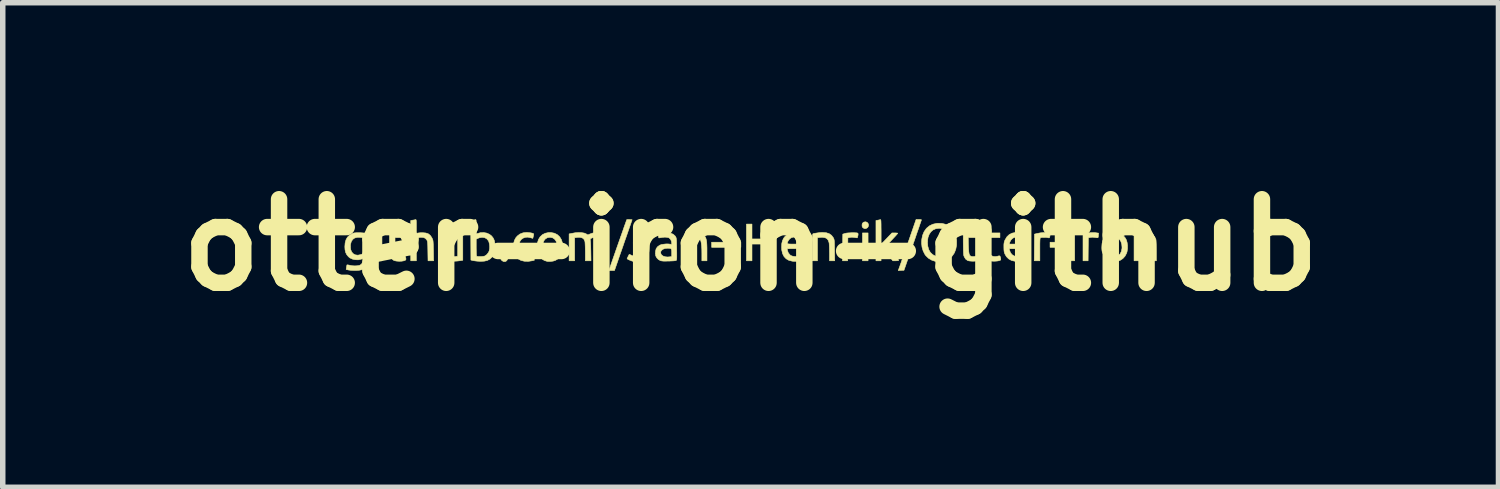
<source format=kicad_pcb>
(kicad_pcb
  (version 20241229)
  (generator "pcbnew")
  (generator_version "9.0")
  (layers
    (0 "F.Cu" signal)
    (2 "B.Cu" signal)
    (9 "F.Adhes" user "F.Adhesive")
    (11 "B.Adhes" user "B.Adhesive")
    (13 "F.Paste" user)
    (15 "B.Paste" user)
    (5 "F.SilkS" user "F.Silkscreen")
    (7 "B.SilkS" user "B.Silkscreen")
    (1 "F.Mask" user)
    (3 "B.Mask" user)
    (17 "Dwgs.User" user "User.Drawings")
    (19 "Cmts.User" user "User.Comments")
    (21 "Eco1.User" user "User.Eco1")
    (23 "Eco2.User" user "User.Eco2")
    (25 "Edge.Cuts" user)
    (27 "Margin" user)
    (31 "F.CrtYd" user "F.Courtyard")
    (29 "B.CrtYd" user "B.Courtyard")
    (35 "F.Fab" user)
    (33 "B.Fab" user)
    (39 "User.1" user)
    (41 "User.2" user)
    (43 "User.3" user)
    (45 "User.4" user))
  (footprint "otter-iron-github"
    (layer "F.Cu")
    (at 10.639 1.418)
    (property "Reference" "otter-iron-github" (at 0 0 0) (layer "F.SilkS") (effects (font (size 1.524 1.524) (thickness 0.3))))
    (attr through_hole)
    (fp_poly (pts (xy -6.723 0.288) (xy -6.824 0.288) (xy -6.824 -0.22) (xy -6.723 -0.22) (xy -6.723 0.288)) (stroke (width 0.01) (type solid)) (fill yes) (layer "F.SilkS"))
    (fp_poly (pts (xy -0.466 0.042) (xy -0.711 0.042) (xy -0.711 -0.051) (xy -0.466 -0.051) (xy -0.466 0.042)) (stroke (width 0.01) (type solid)) (fill yes) (layer "F.SilkS"))
    (fp_poly (pts (xy -0.178 0.042) (xy -0.423 0.042) (xy -0.423 -0.051) (xy -0.178 -0.051) (xy -0.178 0.042)) (stroke (width 0.01) (type solid)) (fill yes) (layer "F.SilkS"))
    (fp_poly (pts (xy 2.142 0.288) (xy 2.04 0.288) (xy 2.04 -0.22) (xy 2.142 -0.22) (xy 2.142 0.288)) (stroke (width 0.01) (type solid)) (fill yes) (layer "F.SilkS"))
    (fp_poly (pts (xy 5.707 0.042) (xy 5.461 0.042) (xy 5.461 -0.051) (xy 5.707 -0.051) (xy 5.707 0.042)) (stroke (width 0.01) (type solid)) (fill yes) (layer "F.SilkS"))
    (fp_poly (pts (xy 5.91 0.288) (xy 5.808 0.288) (xy 5.808 -0.381) (xy 5.91 -0.381) (xy 5.91 0.288)) (stroke (width 0.01) (type solid)) (fill yes) (layer "F.SilkS"))
    (fp_poly (pts (xy 0.025 -0.11) (xy 0.339 -0.11) (xy 0.339 -0.381) (xy 0.44 -0.381) (xy 0.44 0.288) (xy 0.339 0.288) (xy 0.339 -0.017) (xy 0.025 -0.017) (xy 0.025 0.288) (xy -0.076 0.288) (xy -0.076 -0.381) (xy 0.025 -0.381) (xy 0.025 -0.11)) (stroke (width 0.01) (type solid)) (fill yes) (layer "F.SilkS"))
    (fp_poly (pts (xy -6.747 -0.416) (xy -6.726 -0.399) (xy -6.714 -0.374) (xy -6.715 -0.347) (xy -6.728 -0.322) (xy -6.736 -0.314) (xy -6.761 -0.299) (xy -6.785 -0.299) (xy -6.807 -0.307) (xy -6.822 -0.318) (xy -6.829 -0.336) (xy -6.831 -0.355) (xy -6.828 -0.39) (xy -6.814 -0.412) (xy -6.788 -0.423) (xy -6.776 -0.423) (xy -6.747 -0.416)) (stroke (width 0.01) (type solid)) (fill yes) (layer "F.SilkS"))
    (fp_poly (pts (xy -4.459 0.174) (xy -4.438 0.19) (xy -4.429 0.219) (xy -4.428 0.235) (xy -4.435 0.268) (xy -4.453 0.291) (xy -4.478 0.303) (xy -4.507 0.301) (xy -4.535 0.285) (xy -4.553 0.263) (xy -4.558 0.235) (xy -4.558 0.234) (xy -4.552 0.201) (xy -4.534 0.18) (xy -4.503 0.17) (xy -4.492 0.169) (xy -4.459 0.174)) (stroke (width 0.01) (type solid)) (fill yes) (layer "F.SilkS"))
    (fp_poly (pts (xy 2.12 -0.416) (xy 2.14 -0.398) (xy 2.15 -0.373) (xy 2.149 -0.346) (xy 2.136 -0.321) (xy 2.128 -0.314) (xy 2.102 -0.299) (xy 2.078 -0.299) (xy 2.062 -0.306) (xy 2.043 -0.32) (xy 2.034 -0.338) (xy 2.032 -0.365) (xy 2.032 -0.366) (xy 2.039 -0.396) (xy 2.059 -0.415) (xy 2.089 -0.423) (xy 2.093 -0.423) (xy 2.12 -0.416)) (stroke (width 0.01) (type solid)) (fill yes) (layer "F.SilkS"))
    (fp_poly (pts (xy 6.272 -0.226) (xy 6.291 -0.224) (xy 6.346 -0.216) (xy 6.343 -0.178) (xy 6.341 -0.154) (xy 6.337 -0.137) (xy 6.335 -0.134) (xy 6.324 -0.132) (xy 6.302 -0.134) (xy 6.285 -0.137) (xy 6.234 -0.142) (xy 6.2 -0.139) (xy 6.16 -0.131) (xy 6.157 0.078) (xy 6.155 0.288) (xy 6.062 0.288) (xy 6.062 -0.195) (xy 6.085 -0.204) (xy 6.124 -0.215) (xy 6.173 -0.222) (xy 6.225 -0.226) (xy 6.272 -0.226)) (stroke (width 0.01) (type solid)) (fill yes) (layer "F.SilkS"))
    (fp_poly (pts (xy 3.093 -0.465) (xy 3.111 -0.462) (xy 3.115 -0.459) (xy 3.113 -0.45) (xy 3.105 -0.427) (xy 3.092 -0.39) (xy 3.076 -0.342) (xy 3.056 -0.284) (xy 3.032 -0.216) (xy 3.007 -0.142) (xy 2.979 -0.061) (xy 2.956 0.004) (xy 2.797 0.461) (xy 2.692 0.466) (xy 2.721 0.388) (xy 2.729 0.364) (xy 2.743 0.326) (xy 2.76 0.275) (xy 2.781 0.215) (xy 2.805 0.147) (xy 2.831 0.073) (xy 2.858 -0.006) (xy 2.884 -0.078) (xy 3.018 -0.466) (xy 3.067 -0.466) (xy 3.093 -0.465)) (stroke (width 0.01) (type solid)) (fill yes) (layer "F.SilkS"))
    (fp_poly (pts (xy 1.896 -0.223) (xy 1.928 -0.222) (xy 1.949 -0.218) (xy 1.956 -0.215) (xy 1.961 -0.2) (xy 1.958 -0.173) (xy 1.957 -0.17) (xy 1.951 -0.148) (xy 1.947 -0.133) (xy 1.946 -0.131) (xy 1.937 -0.131) (xy 1.916 -0.134) (xy 1.899 -0.137) (xy 1.849 -0.142) (xy 1.815 -0.139) (xy 1.774 -0.131) (xy 1.772 0.078) (xy 1.769 0.288) (xy 1.676 0.288) (xy 1.678 0.045) (xy 1.681 -0.198) (xy 1.719 -0.21) (xy 1.743 -0.216) (xy 1.777 -0.22) (xy 1.816 -0.222) (xy 1.857 -0.224) (xy 1.896 -0.223)) (stroke (width 0.01) (type solid)) (fill yes) (layer "F.SilkS"))
    (fp_poly (pts (xy 5.403 -0.225) (xy 5.436 -0.22) (xy 5.456 -0.214) (xy 5.463 -0.203) (xy 5.463 -0.185) (xy 5.46 -0.167) (xy 5.454 -0.143) (xy 5.448 -0.131) (xy 5.438 -0.13) (xy 5.424 -0.133) (xy 5.398 -0.137) (xy 5.365 -0.139) (xy 5.331 -0.139) (xy 5.302 -0.136) (xy 5.289 -0.133) (xy 5.285 -0.13) (xy 5.281 -0.124) (xy 5.279 -0.112) (xy 5.277 -0.093) (xy 5.276 -0.064) (xy 5.275 -0.024) (xy 5.275 0.029) (xy 5.275 0.08) (xy 5.275 0.288) (xy 5.173 0.288) (xy 5.175 0.045) (xy 5.177 -0.198) (xy 5.22 -0.209) (xy 5.288 -0.222) (xy 5.353 -0.227) (xy 5.403 -0.225)) (stroke (width 0.01) (type solid)) (fill yes) (layer "F.SilkS"))
    (fp_poly (pts (xy 7.246 -0.223) (xy 7.299 -0.208) (xy 7.34 -0.181) (xy 7.352 -0.17) (xy 7.371 -0.144) (xy 7.387 -0.116) (xy 7.391 -0.104) (xy 7.394 -0.086) (xy 7.396 -0.053) (xy 7.398 -0.01) (xy 7.399 0.042) (xy 7.4 0.098) (xy 7.4 0.108) (xy 7.4 0.288) (xy 7.308 0.288) (xy 7.305 0.112) (xy 7.304 0.045) (xy 7.302 -0.007) (xy 7.299 -0.047) (xy 7.293 -0.076) (xy 7.284 -0.097) (xy 7.271 -0.112) (xy 7.254 -0.123) (xy 7.231 -0.132) (xy 7.21 -0.139) (xy 7.193 -0.141) (xy 7.166 -0.141) (xy 7.144 -0.139) (xy 7.095 -0.133) (xy 7.095 0.288) (xy 6.993 0.288) (xy 6.993 -0.203) (xy 7.013 -0.207) (xy 7.103 -0.223) (xy 7.18 -0.229) (xy 7.246 -0.223)) (stroke (width 0.01) (type solid)) (fill yes) (layer "F.SilkS"))
    (fp_poly (pts (xy -2.207 -0.464) (xy -2.161 -0.461) (xy -2.268 -0.152) (xy -2.295 -0.076) (xy -2.322 0.003) (xy -2.349 0.081) (xy -2.375 0.154) (xy -2.398 0.22) (xy -2.417 0.276) (xy -2.429 0.311) (xy -2.483 0.466) (xy -2.533 0.466) (xy -2.559 0.465) (xy -2.577 0.464) (xy -2.582 0.463) (xy -2.58 0.454) (xy -2.572 0.431) (xy -2.56 0.395) (xy -2.544 0.349) (xy -2.525 0.294) (xy -2.503 0.231) (xy -2.479 0.163) (xy -2.454 0.091) (xy -2.428 0.017) (xy -2.402 -0.057) (xy -2.376 -0.131) (xy -2.351 -0.201) (xy -2.328 -0.266) (xy -2.308 -0.325) (xy -2.29 -0.375) (xy -2.275 -0.416) (xy -2.265 -0.445) (xy -2.259 -0.461) (xy -2.258 -0.463) (xy -2.248 -0.464) (xy -2.227 -0.465) (xy -2.207 -0.464)) (stroke (width 0.01) (type solid)) (fill yes) (layer "F.SilkS"))
    (fp_poly (pts (xy -5.561 -0.053) (xy -5.559 0.013) (xy -5.556 0.065) (xy -5.552 0.104) (xy -5.547 0.134) (xy -5.539 0.156) (xy -5.528 0.173) (xy -5.515 0.188) (xy -5.512 0.19) (xy -5.493 0.2) (xy -5.462 0.207) (xy -5.426 0.212) (xy -5.391 0.212) (xy -5.364 0.208) (xy -5.342 0.203) (xy -5.342 -0.22) (xy -5.249 -0.22) (xy -5.249 0.278) (xy -5.303 0.287) (xy -5.354 0.293) (xy -5.407 0.296) (xy -5.459 0.296) (xy -5.505 0.292) (xy -5.54 0.284) (xy -5.55 0.28) (xy -5.578 0.264) (xy -5.603 0.242) (xy -5.607 0.238) (xy -5.622 0.217) (xy -5.634 0.194) (xy -5.643 0.166) (xy -5.649 0.131) (xy -5.653 0.087) (xy -5.655 0.03) (xy -5.656 -0.041) (xy -5.656 -0.048) (xy -5.656 -0.22) (xy -5.565 -0.22) (xy -5.561 -0.053)) (stroke (width 0.01) (type solid)) (fill yes) (layer "F.SilkS"))
    (fp_poly (pts (xy -0.964 -0.224) (xy -0.908 -0.211) (xy -0.864 -0.188) (xy -0.839 -0.164) (xy -0.825 -0.144) (xy -0.815 -0.12) (xy -0.807 -0.091) (xy -0.801 -0.054) (xy -0.798 -0.006) (xy -0.796 0.054) (xy -0.796 0.116) (xy -0.796 0.288) (xy -0.889 0.288) (xy -0.889 0.159) (xy -0.89 0.078) (xy -0.894 0.013) (xy -0.9 -0.037) (xy -0.908 -0.074) (xy -0.92 -0.099) (xy -0.921 -0.101) (xy -0.949 -0.125) (xy -0.989 -0.138) (xy -1.04 -0.141) (xy -1.056 -0.139) (xy -1.109 -0.133) (xy -1.109 0.288) (xy -1.202 0.288) (xy -1.202 0.043) (xy -1.202 -0.029) (xy -1.202 -0.087) (xy -1.201 -0.131) (xy -1.2 -0.163) (xy -1.198 -0.185) (xy -1.195 -0.198) (xy -1.192 -0.205) (xy -1.19 -0.206) (xy -1.177 -0.209) (xy -1.151 -0.214) (xy -1.119 -0.219) (xy -1.109 -0.221) (xy -1.032 -0.227) (xy -0.964 -0.224)) (stroke (width 0.01) (type solid)) (fill yes) (layer "F.SilkS"))
    (fp_poly (pts (xy 1.381 -0.223) (xy 1.433 -0.206) (xy 1.475 -0.177) (xy 1.506 -0.136) (xy 1.507 -0.135) (xy 1.514 -0.122) (xy 1.519 -0.11) (xy 1.523 -0.095) (xy 1.526 -0.076) (xy 1.528 -0.05) (xy 1.529 -0.015) (xy 1.53 0.033) (xy 1.531 0.095) (xy 1.531 0.095) (xy 1.534 0.288) (xy 1.439 0.288) (xy 1.439 0.146) (xy 1.438 0.095) (xy 1.437 0.047) (xy 1.435 0.006) (xy 1.433 -0.025) (xy 1.432 -0.037) (xy 1.418 -0.081) (xy 1.395 -0.113) (xy 1.361 -0.132) (xy 1.316 -0.14) (xy 1.273 -0.139) (xy 1.219 -0.133) (xy 1.219 0.288) (xy 1.126 0.288) (xy 1.126 0.043) (xy 1.126 -0.028) (xy 1.126 -0.084) (xy 1.127 -0.127) (xy 1.128 -0.158) (xy 1.13 -0.18) (xy 1.132 -0.194) (xy 1.135 -0.202) (xy 1.138 -0.205) (xy 1.141 -0.207) (xy 1.17 -0.213) (xy 1.209 -0.219) (xy 1.253 -0.225) (xy 1.294 -0.228) (xy 1.317 -0.228) (xy 1.381 -0.223)) (stroke (width 0.01) (type solid)) (fill yes) (layer "F.SilkS"))
    (fp_poly (pts (xy 4.356 -0.365) (xy 4.359 -0.343) (xy 4.36 -0.313) (xy 4.36 -0.296) (xy 4.36 -0.22) (xy 4.547 -0.22) (xy 4.547 -0.135) (xy 4.453 -0.135) (xy 4.359 -0.135) (xy 4.362 0.018) (xy 4.365 0.171) (xy 4.388 0.191) (xy 4.419 0.207) (xy 4.458 0.212) (xy 4.501 0.206) (xy 4.512 0.202) (xy 4.534 0.197) (xy 4.547 0.202) (xy 4.555 0.22) (xy 4.56 0.242) (xy 4.562 0.264) (xy 4.558 0.275) (xy 4.544 0.282) (xy 4.532 0.286) (xy 4.5 0.292) (xy 4.46 0.295) (xy 4.419 0.295) (xy 4.381 0.292) (xy 4.352 0.286) (xy 4.348 0.284) (xy 4.311 0.259) (xy 4.282 0.223) (xy 4.275 0.207) (xy 4.271 0.193) (xy 4.268 0.167) (xy 4.266 0.129) (xy 4.264 0.077) (xy 4.262 0.01) (xy 4.261 -0.073) (xy 4.261 -0.086) (xy 4.257 -0.354) (xy 4.301 -0.363) (xy 4.327 -0.369) (xy 4.346 -0.372) (xy 4.352 -0.373) (xy 4.356 -0.365)) (stroke (width 0.01) (type solid)) (fill yes) (layer "F.SilkS"))
    (fp_poly (pts (xy -1.846 -0.159) (xy -1.846 -0.095) (xy -1.847 -0.034) (xy -1.849 0.022) (xy -1.851 0.069) (xy -1.853 0.105) (xy -1.855 0.123) (xy -1.869 0.184) (xy -1.894 0.231) (xy -1.929 0.266) (xy -1.976 0.288) (xy -2.035 0.3) (xy -2.05 0.301) (xy -2.087 0.301) (xy -2.122 0.3) (xy -2.148 0.297) (xy -2.171 0.29) (xy -2.199 0.279) (xy -2.224 0.268) (xy -2.244 0.257) (xy -2.252 0.25) (xy -2.252 0.249) (xy -2.249 0.24) (xy -2.24 0.222) (xy -2.23 0.201) (xy -2.22 0.182) (xy -2.214 0.171) (xy -2.214 0.171) (xy -2.206 0.173) (xy -2.187 0.181) (xy -2.169 0.19) (xy -2.121 0.207) (xy -2.075 0.212) (xy -2.032 0.206) (xy -1.996 0.188) (xy -1.97 0.16) (xy -1.967 0.154) (xy -1.963 0.143) (xy -1.959 0.13) (xy -1.956 0.113) (xy -1.954 0.089) (xy -1.952 0.056) (xy -1.951 0.013) (xy -1.95 -0.043) (xy -1.949 -0.113) (xy -1.949 -0.129) (xy -1.946 -0.381) (xy -1.846 -0.381) (xy -1.846 -0.159)) (stroke (width 0.01) (type solid)) (fill yes) (layer "F.SilkS"))
    (fp_poly (pts (xy -4.012 -0.222) (xy -3.997 -0.219) (xy -3.972 -0.213) (xy -3.959 -0.206) (xy -3.956 -0.193) (xy -3.96 -0.17) (xy -3.963 -0.157) (xy -3.972 -0.121) (xy -4.011 -0.132) (xy -4.063 -0.143) (xy -4.108 -0.14) (xy -4.149 -0.125) (xy -4.184 -0.1) (xy -4.207 -0.066) (xy -4.221 -0.022) (xy -4.225 0.033) (xy -4.219 0.094) (xy -4.202 0.144) (xy -4.174 0.181) (xy -4.164 0.189) (xy -4.137 0.202) (xy -4.099 0.209) (xy -4.056 0.211) (xy -4.014 0.207) (xy -4 0.204) (xy -3.976 0.199) (xy -3.961 0.196) (xy -3.958 0.196) (xy -3.955 0.206) (xy -3.952 0.226) (xy -3.95 0.239) (xy -3.944 0.278) (xy -3.976 0.286) (xy -4.051 0.298) (xy -4.125 0.296) (xy -4.128 0.296) (xy -4.19 0.28) (xy -4.24 0.252) (xy -4.279 0.212) (xy -4.307 0.16) (xy -4.323 0.096) (xy -4.326 0.038) (xy -4.322 -0.029) (xy -4.307 -0.085) (xy -4.281 -0.133) (xy -4.254 -0.164) (xy -4.207 -0.2) (xy -4.15 -0.222) (xy -4.085 -0.229) (xy -4.012 -0.222)) (stroke (width 0.01) (type solid)) (fill yes) (layer "F.SilkS"))
    (fp_poly (pts (xy -6.485 -0.22) (xy -6.299 -0.22) (xy -6.299 -0.135) (xy -6.485 -0.135) (xy -6.485 0.162) (xy -6.46 0.188) (xy -6.444 0.203) (xy -6.429 0.21) (xy -6.41 0.211) (xy -6.386 0.209) (xy -6.355 0.206) (xy -6.33 0.201) (xy -6.319 0.199) (xy -6.307 0.197) (xy -6.299 0.205) (xy -6.292 0.225) (xy -6.291 0.228) (xy -6.285 0.255) (xy -6.289 0.271) (xy -6.303 0.281) (xy -6.323 0.288) (xy -6.362 0.295) (xy -6.407 0.297) (xy -6.452 0.294) (xy -6.49 0.287) (xy -6.512 0.278) (xy -6.536 0.259) (xy -6.558 0.233) (xy -6.563 0.225) (xy -6.568 0.215) (xy -6.573 0.205) (xy -6.576 0.193) (xy -6.579 0.177) (xy -6.581 0.155) (xy -6.582 0.126) (xy -6.583 0.086) (xy -6.584 0.035) (xy -6.585 -0.03) (xy -6.586 -0.082) (xy -6.586 -0.158) (xy -6.587 -0.218) (xy -6.587 -0.266) (xy -6.586 -0.301) (xy -6.584 -0.327) (xy -6.58 -0.344) (xy -6.574 -0.355) (xy -6.565 -0.361) (xy -6.554 -0.364) (xy -6.539 -0.366) (xy -6.521 -0.368) (xy -6.485 -0.374) (xy -6.485 -0.22)) (stroke (width 0.01) (type solid)) (fill yes) (layer "F.SilkS"))
    (fp_poly (pts (xy 3.971 -0.22) (xy 4.166 -0.22) (xy 4.166 -0.135) (xy 3.969 -0.135) (xy 3.972 0.006) (xy 3.975 0.072) (xy 3.979 0.123) (xy 3.985 0.161) (xy 3.996 0.187) (xy 4.011 0.202) (xy 4.033 0.21) (xy 4.06 0.211) (xy 4.088 0.209) (xy 4.116 0.205) (xy 4.14 0.2) (xy 4.146 0.199) (xy 4.161 0.198) (xy 4.169 0.209) (xy 4.17 0.213) (xy 4.176 0.244) (xy 4.175 0.263) (xy 4.167 0.275) (xy 4.15 0.284) (xy 4.149 0.284) (xy 4.118 0.291) (xy 4.079 0.295) (xy 4.036 0.295) (xy 3.996 0.292) (xy 3.965 0.286) (xy 3.956 0.282) (xy 3.921 0.256) (xy 3.897 0.217) (xy 3.887 0.191) (xy 3.884 0.171) (xy 3.882 0.135) (xy 3.88 0.085) (xy 3.879 0.021) (xy 3.878 -0.055) (xy 3.878 -0.099) (xy 3.878 -0.172) (xy 3.878 -0.23) (xy 3.878 -0.275) (xy 3.879 -0.308) (xy 3.882 -0.331) (xy 3.887 -0.347) (xy 3.893 -0.356) (xy 3.902 -0.362) (xy 3.914 -0.364) (xy 3.93 -0.366) (xy 3.939 -0.368) (xy 3.971 -0.373) (xy 3.971 -0.22)) (stroke (width 0.01) (type solid)) (fill yes) (layer "F.SilkS"))
    (fp_poly (pts (xy 2.372 -0.46) (xy 2.375 -0.451) (xy 2.377 -0.436) (xy 2.378 -0.412) (xy 2.379 -0.376) (xy 2.379 -0.329) (xy 2.38 -0.266) (xy 2.38 -0.24) (xy 2.38 -0.013) (xy 2.479 -0.116) (xy 2.578 -0.22) (xy 2.631 -0.22) (xy 2.658 -0.219) (xy 2.678 -0.217) (xy 2.684 -0.214) (xy 2.678 -0.206) (xy 2.663 -0.188) (xy 2.64 -0.162) (xy 2.61 -0.13) (xy 2.581 -0.099) (xy 2.479 0.009) (xy 2.546 0.079) (xy 2.574 0.11) (xy 2.604 0.145) (xy 2.633 0.18) (xy 2.66 0.215) (xy 2.681 0.245) (xy 2.695 0.268) (xy 2.701 0.281) (xy 2.701 0.281) (xy 2.693 0.284) (xy 2.673 0.287) (xy 2.647 0.288) (xy 2.593 0.288) (xy 2.545 0.224) (xy 2.521 0.194) (xy 2.493 0.161) (xy 2.464 0.129) (xy 2.436 0.101) (xy 2.412 0.078) (xy 2.394 0.063) (xy 2.386 0.059) (xy 2.384 0.067) (xy 2.381 0.089) (xy 2.38 0.122) (xy 2.379 0.162) (xy 2.379 0.174) (xy 2.379 0.288) (xy 2.286 0.288) (xy 2.286 -0.447) (xy 2.318 -0.452) (xy 2.343 -0.457) (xy 2.363 -0.462) (xy 2.364 -0.462) (xy 2.369 -0.463) (xy 2.372 -0.46)) (stroke (width 0.01) (type solid)) (fill yes) (layer "F.SilkS"))
    (fp_poly (pts (xy -6.101 -0.459) (xy -6.098 -0.448) (xy -6.097 -0.427) (xy -6.096 -0.395) (xy -6.096 -0.349) (xy -6.096 -0.339) (xy -6.096 -0.212) (xy -6.068 -0.218) (xy -6.046 -0.221) (xy -6.013 -0.224) (xy -5.981 -0.224) (xy -5.924 -0.219) (xy -5.878 -0.204) (xy -5.843 -0.176) (xy -5.815 -0.136) (xy -5.813 -0.132) (xy -5.805 -0.116) (xy -5.799 -0.102) (xy -5.794 -0.087) (xy -5.791 -0.068) (xy -5.789 -0.043) (xy -5.787 -0.009) (xy -5.786 0.036) (xy -5.784 0.095) (xy -5.784 0.102) (xy -5.781 0.288) (xy -5.883 0.288) (xy -5.886 0.112) (xy -5.887 0.052) (xy -5.888 0.007) (xy -5.89 -0.027) (xy -5.892 -0.051) (xy -5.895 -0.068) (xy -5.9 -0.081) (xy -5.906 -0.093) (xy -5.906 -0.093) (xy -5.931 -0.121) (xy -5.966 -0.137) (xy -6.011 -0.14) (xy -6.027 -0.139) (xy -6.055 -0.135) (xy -6.077 -0.132) (xy -6.085 -0.13) (xy -6.088 -0.125) (xy -6.091 -0.113) (xy -6.093 -0.093) (xy -6.095 -0.062) (xy -6.096 -0.018) (xy -6.096 0.04) (xy -6.096 0.081) (xy -6.096 0.288) (xy -6.198 0.288) (xy -6.198 -0.447) (xy -6.162 -0.453) (xy -6.135 -0.457) (xy -6.115 -0.462) (xy -6.111 -0.463) (xy -6.105 -0.463) (xy -6.101 -0.459)) (stroke (width 0.01) (type solid)) (fill yes) (layer "F.SilkS"))
    (fp_poly (pts (xy -3.578 -0.215) (xy -3.526 -0.189) (xy -3.483 -0.15) (xy -3.451 -0.098) (xy -3.43 -0.033) (xy -3.429 -0.025) (xy -3.423 0.04) (xy -3.43 0.104) (xy -3.449 0.162) (xy -3.479 0.214) (xy -3.518 0.255) (xy -3.561 0.281) (xy -3.603 0.294) (xy -3.651 0.3) (xy -3.698 0.3) (xy -3.719 0.296) (xy -3.762 0.282) (xy -3.796 0.261) (xy -3.83 0.228) (xy -3.834 0.223) (xy -3.864 0.181) (xy -3.884 0.133) (xy -3.893 0.075) (xy -3.895 0.033) (xy -3.895 0.033) (xy -3.793 0.033) (xy -3.788 0.09) (xy -3.773 0.139) (xy -3.749 0.177) (xy -3.718 0.201) (xy -3.713 0.204) (xy -3.679 0.211) (xy -3.64 0.209) (xy -3.604 0.2) (xy -3.594 0.194) (xy -3.562 0.165) (xy -3.54 0.123) (xy -3.529 0.069) (xy -3.527 0.034) (xy -3.532 -0.025) (xy -3.549 -0.072) (xy -3.576 -0.108) (xy -3.611 -0.131) (xy -3.656 -0.14) (xy -3.66 -0.14) (xy -3.706 -0.133) (xy -3.743 -0.111) (xy -3.77 -0.077) (xy -3.787 -0.03) (xy -3.793 0.029) (xy -3.793 0.033) (xy -3.895 0.033) (xy -3.888 -0.038) (xy -3.869 -0.1) (xy -3.838 -0.15) (xy -3.796 -0.189) (xy -3.745 -0.214) (xy -3.685 -0.227) (xy -3.64 -0.227) (xy -3.578 -0.215)) (stroke (width 0.01) (type solid)) (fill yes) (layer "F.SilkS"))
    (fp_poly (pts (xy 6.686 -0.224) (xy 6.744 -0.206) (xy 6.793 -0.175) (xy 6.832 -0.13) (xy 6.852 -0.094) (xy 6.866 -0.048) (xy 6.874 0.007) (xy 6.874 0.065) (xy 6.866 0.119) (xy 6.858 0.147) (xy 6.828 0.204) (xy 6.788 0.248) (xy 6.739 0.28) (xy 6.684 0.298) (xy 6.624 0.302) (xy 6.576 0.293) (xy 6.523 0.272) (xy 6.48 0.24) (xy 6.446 0.194) (xy 6.435 0.174) (xy 6.42 0.143) (xy 6.411 0.119) (xy 6.407 0.094) (xy 6.405 0.061) (xy 6.405 0.043) (xy 6.406 0.021) (xy 6.505 0.021) (xy 6.507 0.071) (xy 6.518 0.118) (xy 6.537 0.158) (xy 6.564 0.189) (xy 6.573 0.195) (xy 6.611 0.209) (xy 6.653 0.211) (xy 6.693 0.2) (xy 6.706 0.193) (xy 6.74 0.16) (xy 6.762 0.116) (xy 6.773 0.06) (xy 6.773 0.037) (xy 6.768 -0.018) (xy 6.752 -0.065) (xy 6.727 -0.102) (xy 6.697 -0.128) (xy 6.661 -0.142) (xy 6.623 -0.142) (xy 6.584 -0.128) (xy 6.551 -0.103) (xy 6.526 -0.07) (xy 6.511 -0.027) (xy 6.505 0.021) (xy 6.406 0.021) (xy 6.409 -0.024) (xy 6.423 -0.08) (xy 6.447 -0.127) (xy 6.465 -0.152) (xy 6.507 -0.19) (xy 6.555 -0.214) (xy 6.613 -0.226) (xy 6.622 -0.227) (xy 6.686 -0.224)) (stroke (width 0.01) (type solid)) (fill yes) (layer "F.SilkS"))
    (fp_poly (pts (xy 4.908 -0.222) (xy 4.959 -0.201) (xy 5 -0.168) (xy 5.029 -0.123) (xy 5.048 -0.065) (xy 5.055 0.005) (xy 5.055 0.01) (xy 5.055 0.068) (xy 4.716 0.068) (xy 4.721 0.091) (xy 4.739 0.14) (xy 4.768 0.176) (xy 4.807 0.2) (xy 4.858 0.211) (xy 4.881 0.212) (xy 4.918 0.21) (xy 4.954 0.204) (xy 4.972 0.2) (xy 5.01 0.188) (xy 5.015 0.219) (xy 5.02 0.25) (xy 5.019 0.268) (xy 5.01 0.278) (xy 4.991 0.284) (xy 4.981 0.286) (xy 4.905 0.298) (xy 4.835 0.298) (xy 4.818 0.296) (xy 4.756 0.281) (xy 4.706 0.253) (xy 4.665 0.212) (xy 4.638 0.165) (xy 4.629 0.141) (xy 4.623 0.116) (xy 4.62 0.086) (xy 4.619 0.045) (xy 4.619 0.038) (xy 4.619 -0.004) (xy 4.62 -0.017) (xy 4.717 -0.017) (xy 4.953 -0.017) (xy 4.953 -0.041) (xy 4.946 -0.069) (xy 4.93 -0.099) (xy 4.907 -0.124) (xy 4.893 -0.133) (xy 4.855 -0.144) (xy 4.816 -0.14) (xy 4.78 -0.123) (xy 4.749 -0.093) (xy 4.728 -0.054) (xy 4.725 -0.043) (xy 4.717 -0.017) (xy 4.62 -0.017) (xy 4.622 -0.034) (xy 4.627 -0.058) (xy 4.635 -0.081) (xy 4.641 -0.094) (xy 4.674 -0.149) (xy 4.717 -0.19) (xy 4.769 -0.216) (xy 4.828 -0.228) (xy 4.847 -0.229) (xy 4.908 -0.222)) (stroke (width 0.01) (type solid)) (fill yes) (layer "F.SilkS"))
    (fp_poly (pts (xy -3.081 -0.225) (xy -3.033 -0.217) (xy -2.997 -0.202) (xy -2.989 -0.196) (xy -2.977 -0.188) (xy -2.966 -0.186) (xy -2.95 -0.191) (xy -2.929 -0.201) (xy -2.883 -0.217) (xy -2.832 -0.225) (xy -2.781 -0.226) (xy -2.745 -0.221) (xy -2.715 -0.208) (xy -2.686 -0.19) (xy -2.68 -0.185) (xy -2.663 -0.169) (xy -2.65 -0.15) (xy -2.641 -0.127) (xy -2.634 -0.098) (xy -2.629 -0.06) (xy -2.626 -0.01) (xy -2.625 0.052) (xy -2.625 0.107) (xy -2.625 0.288) (xy -2.716 0.288) (xy -2.719 0.112) (xy -2.721 0.046) (xy -2.723 -0.006) (xy -2.726 -0.045) (xy -2.731 -0.074) (xy -2.738 -0.095) (xy -2.748 -0.109) (xy -2.762 -0.121) (xy -2.777 -0.129) (xy -2.803 -0.137) (xy -2.833 -0.139) (xy -2.864 -0.136) (xy -2.892 -0.129) (xy -2.914 -0.118) (xy -2.925 -0.105) (xy -2.925 -0.095) (xy -2.923 -0.082) (xy -2.92 -0.056) (xy -2.918 -0.017) (xy -2.916 0.03) (xy -2.915 0.083) (xy -2.914 0.104) (xy -2.911 0.288) (xy -3.014 0.288) (xy -3.014 0.125) (xy -3.015 0.072) (xy -3.016 0.023) (xy -3.018 -0.019) (xy -3.02 -0.051) (xy -3.023 -0.068) (xy -3.039 -0.104) (xy -3.066 -0.127) (xy -3.103 -0.139) (xy -3.153 -0.14) (xy -3.162 -0.139) (xy -3.209 -0.133) (xy -3.209 0.288) (xy -3.31 0.288) (xy -3.31 -0.202) (xy -3.266 -0.211) (xy -3.2 -0.223) (xy -3.137 -0.227) (xy -3.081 -0.225)) (stroke (width 0.01) (type solid)) (fill yes) (layer "F.SilkS"))
    (fp_poly (pts (xy 3.492 -0.393) (xy 3.561 -0.376) (xy 3.621 -0.345) (xy 3.672 -0.302) (xy 3.711 -0.246) (xy 3.739 -0.179) (xy 3.755 -0.102) (xy 3.757 -0.08) (xy 3.756 0.002) (xy 3.742 0.077) (xy 3.716 0.144) (xy 3.678 0.2) (xy 3.63 0.245) (xy 3.572 0.277) (xy 3.566 0.28) (xy 3.519 0.292) (xy 3.466 0.3) (xy 3.412 0.302) (xy 3.365 0.297) (xy 3.364 0.297) (xy 3.3 0.275) (xy 3.242 0.24) (xy 3.195 0.194) (xy 3.18 0.174) (xy 3.147 0.11) (xy 3.126 0.04) (xy 3.118 -0.034) (xy 3.119 -0.054) (xy 3.226 -0.054) (xy 3.231 0.021) (xy 3.249 0.084) (xy 3.277 0.134) (xy 3.318 0.173) (xy 3.344 0.189) (xy 3.372 0.202) (xy 3.395 0.209) (xy 3.421 0.211) (xy 3.451 0.209) (xy 3.495 0.204) (xy 3.527 0.195) (xy 3.543 0.186) (xy 3.586 0.15) (xy 3.618 0.101) (xy 3.639 0.041) (xy 3.649 -0.03) (xy 3.649 -0.052) (xy 3.643 -0.123) (xy 3.625 -0.183) (xy 3.596 -0.233) (xy 3.556 -0.27) (xy 3.507 -0.294) (xy 3.449 -0.304) (xy 3.436 -0.305) (xy 3.378 -0.297) (xy 3.328 -0.275) (xy 3.287 -0.24) (xy 3.256 -0.193) (xy 3.235 -0.136) (xy 3.226 -0.069) (xy 3.226 -0.054) (xy 3.119 -0.054) (xy 3.122 -0.107) (xy 3.137 -0.178) (xy 3.164 -0.243) (xy 3.203 -0.299) (xy 3.215 -0.311) (xy 3.266 -0.352) (xy 3.324 -0.379) (xy 3.391 -0.394) (xy 3.415 -0.396) (xy 3.492 -0.393)) (stroke (width 0.01) (type solid)) (fill yes) (layer "F.SilkS"))
    (fp_poly (pts (xy 0.809 -0.227) (xy 0.868 -0.217) (xy 0.917 -0.195) (xy 0.954 -0.16) (xy 0.98 -0.113) (xy 0.996 -0.053) (xy 1.001 0.006) (xy 1.003 0.064) (xy 0.835 0.066) (xy 0.667 0.068) (xy 0.672 0.099) (xy 0.687 0.142) (xy 0.717 0.179) (xy 0.731 0.19) (xy 0.757 0.202) (xy 0.794 0.209) (xy 0.836 0.211) (xy 0.879 0.209) (xy 0.916 0.201) (xy 0.918 0.2) (xy 0.956 0.187) (xy 0.961 0.219) (xy 0.965 0.243) (xy 0.968 0.26) (xy 0.968 0.262) (xy 0.961 0.273) (xy 0.941 0.282) (xy 0.91 0.29) (xy 0.873 0.296) (xy 0.831 0.298) (xy 0.788 0.298) (xy 0.759 0.295) (xy 0.698 0.28) (xy 0.648 0.251) (xy 0.61 0.211) (xy 0.583 0.158) (xy 0.568 0.093) (xy 0.565 0.042) (xy 0.568 -0.024) (xy 0.571 -0.038) (xy 0.669 -0.038) (xy 0.671 -0.028) (xy 0.683 -0.021) (xy 0.706 -0.018) (xy 0.742 -0.017) (xy 0.788 -0.017) (xy 0.835 -0.017) (xy 0.868 -0.018) (xy 0.888 -0.019) (xy 0.899 -0.022) (xy 0.903 -0.026) (xy 0.903 -0.032) (xy 0.897 -0.051) (xy 0.893 -0.07) (xy 0.883 -0.09) (xy 0.865 -0.112) (xy 0.858 -0.118) (xy 0.824 -0.139) (xy 0.786 -0.144) (xy 0.748 -0.136) (xy 0.715 -0.114) (xy 0.688 -0.081) (xy 0.686 -0.077) (xy 0.675 -0.054) (xy 0.669 -0.038) (xy 0.571 -0.038) (xy 0.581 -0.079) (xy 0.604 -0.126) (xy 0.627 -0.155) (xy 0.67 -0.194) (xy 0.72 -0.218) (xy 0.778 -0.227) (xy 0.809 -0.227)) (stroke (width 0.01) (type solid)) (fill yes) (layer "F.SilkS"))
    (fp_poly (pts (xy -5.009 -0.459) (xy -5.006 -0.448) (xy -5.005 -0.428) (xy -5.004 -0.397) (xy -5.004 -0.351) (xy -5.004 -0.334) (xy -5.004 -0.284) (xy -5.003 -0.249) (xy -5.002 -0.225) (xy -5 -0.212) (xy -4.996 -0.207) (xy -4.991 -0.207) (xy -4.989 -0.207) (xy -4.929 -0.224) (xy -4.869 -0.227) (xy -4.812 -0.217) (xy -4.761 -0.194) (xy -4.723 -0.164) (xy -4.695 -0.128) (xy -4.676 -0.088) (xy -4.665 -0.04) (xy -4.661 0.02) (xy -4.661 0.034) (xy -4.661 0.076) (xy -4.663 0.105) (xy -4.667 0.128) (xy -4.674 0.148) (xy -4.685 0.172) (xy -4.686 0.174) (xy -4.717 0.222) (xy -4.755 0.257) (xy -4.802 0.282) (xy -4.859 0.295) (xy -4.928 0.298) (xy -4.983 0.295) (xy -5.018 0.291) (xy -5.051 0.286) (xy -5.074 0.282) (xy -5.076 0.281) (xy -5.101 0.274) (xy -5.103 -0.107) (xy -5.004 -0.107) (xy -5.004 0.047) (xy -5.003 0.106) (xy -5.002 0.15) (xy -5.001 0.18) (xy -4.998 0.198) (xy -4.994 0.206) (xy -4.993 0.206) (xy -4.972 0.21) (xy -4.941 0.211) (xy -4.906 0.21) (xy -4.873 0.207) (xy -4.849 0.201) (xy -4.844 0.199) (xy -4.811 0.175) (xy -4.783 0.139) (xy -4.766 0.105) (xy -4.76 0.068) (xy -4.759 0.024) (xy -4.764 -0.02) (xy -4.774 -0.06) (xy -4.784 -0.08) (xy -4.813 -0.114) (xy -4.852 -0.134) (xy -4.897 -0.14) (xy -4.945 -0.132) (xy -4.974 -0.121) (xy -5.004 -0.107) (xy -5.103 -0.107) (xy -5.106 -0.447) (xy -5.07 -0.453) (xy -5.043 -0.457) (xy -5.022 -0.462) (xy -5.019 -0.463) (xy -5.013 -0.463) (xy -5.009 -0.459)) (stroke (width 0.01) (type solid)) (fill yes) (layer "F.SilkS"))
    (fp_poly (pts (xy -7.107 -0.223) (xy -7.064 -0.22) (xy -7.028 -0.215) (xy -7.017 -0.213) (xy -6.968 -0.202) (xy -6.968 0.046) (xy -6.968 0.128) (xy -6.969 0.196) (xy -6.971 0.25) (xy -6.974 0.294) (xy -6.979 0.327) (xy -6.985 0.354) (xy -6.994 0.375) (xy -7.005 0.392) (xy -7.019 0.407) (xy -7.024 0.412) (xy -7.056 0.436) (xy -7.094 0.452) (xy -7.141 0.461) (xy -7.2 0.465) (xy -7.217 0.465) (xy -7.258 0.463) (xy -7.297 0.461) (xy -7.328 0.457) (xy -7.339 0.455) (xy -7.376 0.446) (xy -7.37 0.407) (xy -7.366 0.383) (xy -7.362 0.366) (xy -7.361 0.363) (xy -7.352 0.362) (xy -7.332 0.365) (xy -7.314 0.369) (xy -7.27 0.378) (xy -7.222 0.381) (xy -7.177 0.379) (xy -7.139 0.373) (xy -7.123 0.367) (xy -7.095 0.347) (xy -7.077 0.315) (xy -7.067 0.277) (xy -7.064 0.257) (xy -7.064 0.246) (xy -7.064 0.246) (xy -7.072 0.248) (xy -7.091 0.255) (xy -7.099 0.258) (xy -7.152 0.27) (xy -7.207 0.269) (xy -7.26 0.258) (xy -7.307 0.236) (xy -7.334 0.214) (xy -7.366 0.175) (xy -7.386 0.134) (xy -7.397 0.085) (xy -7.4 0.033) (xy -7.4 0.031) (xy -7.299 0.031) (xy -7.293 0.085) (xy -7.274 0.129) (xy -7.245 0.161) (xy -7.208 0.18) (xy -7.163 0.186) (xy -7.114 0.176) (xy -7.104 0.173) (xy -7.07 0.159) (xy -7.07 -0.134) (xy -7.116 -0.139) (xy -7.173 -0.14) (xy -7.22 -0.128) (xy -7.256 -0.102) (xy -7.282 -0.064) (xy -7.296 -0.013) (xy -7.299 0.031) (xy -7.4 0.031) (xy -7.395 -0.037) (xy -7.379 -0.095) (xy -7.353 -0.142) (xy -7.314 -0.179) (xy -7.278 -0.201) (xy -7.256 -0.212) (xy -7.235 -0.219) (xy -7.211 -0.222) (xy -7.178 -0.224) (xy -7.15 -0.224) (xy -7.107 -0.223)) (stroke (width 0.01) (type solid)) (fill yes) (layer "F.SilkS"))
    (fp_poly (pts (xy -1.513 -0.228) (xy -1.458 -0.216) (xy -1.412 -0.196) (xy -1.378 -0.166) (xy -1.371 -0.156) (xy -1.364 -0.145) (xy -1.359 -0.133) (xy -1.356 -0.12) (xy -1.353 -0.102) (xy -1.351 -0.076) (xy -1.35 -0.041) (xy -1.349 0.006) (xy -1.348 0.067) (xy -1.348 0.077) (xy -1.347 0.141) (xy -1.347 0.189) (xy -1.347 0.225) (xy -1.348 0.25) (xy -1.35 0.266) (xy -1.353 0.276) (xy -1.356 0.281) (xy -1.36 0.283) (xy -1.374 0.286) (xy -1.401 0.289) (xy -1.438 0.291) (xy -1.481 0.293) (xy -1.494 0.293) (xy -1.548 0.294) (xy -1.588 0.294) (xy -1.617 0.291) (xy -1.639 0.287) (xy -1.647 0.284) (xy -1.682 0.264) (xy -1.711 0.234) (xy -1.73 0.199) (xy -1.732 0.188) (xy -1.735 0.163) (xy -1.735 0.15) (xy -1.64 0.15) (xy -1.626 0.179) (xy -1.623 0.182) (xy -1.596 0.202) (xy -1.557 0.215) (xy -1.512 0.219) (xy -1.466 0.215) (xy -1.439 0.21) (xy -1.439 0.14) (xy -1.44 0.102) (xy -1.444 0.079) (xy -1.454 0.066) (xy -1.474 0.061) (xy -1.506 0.059) (xy -1.518 0.059) (xy -1.563 0.064) (xy -1.599 0.078) (xy -1.625 0.098) (xy -1.639 0.122) (xy -1.64 0.15) (xy -1.735 0.15) (xy -1.735 0.131) (xy -1.734 0.114) (xy -1.723 0.068) (xy -1.697 0.032) (xy -1.658 0.004) (xy -1.629 -0.007) (xy -1.589 -0.014) (xy -1.545 -0.019) (xy -1.503 -0.019) (xy -1.484 -0.017) (xy -1.439 -0.012) (xy -1.439 -0.036) (xy -1.445 -0.072) (xy -1.462 -0.105) (xy -1.485 -0.128) (xy -1.489 -0.131) (xy -1.521 -0.14) (xy -1.564 -0.143) (xy -1.611 -0.139) (xy -1.633 -0.135) (xy -1.656 -0.131) (xy -1.672 -0.13) (xy -1.674 -0.131) (xy -1.678 -0.141) (xy -1.681 -0.162) (xy -1.683 -0.172) (xy -1.687 -0.21) (xy -1.643 -0.219) (xy -1.575 -0.229) (xy -1.513 -0.228)) (stroke (width 0.01) (type solid)) (fill yes) (layer "F.SilkS")))
  (gr_rect
    (start -3 -3)
    (end 24.278 5.836)
    (stroke (width 0.1) (type default))
    (fill no)
    (layer "Edge.Cuts")))
</source>
